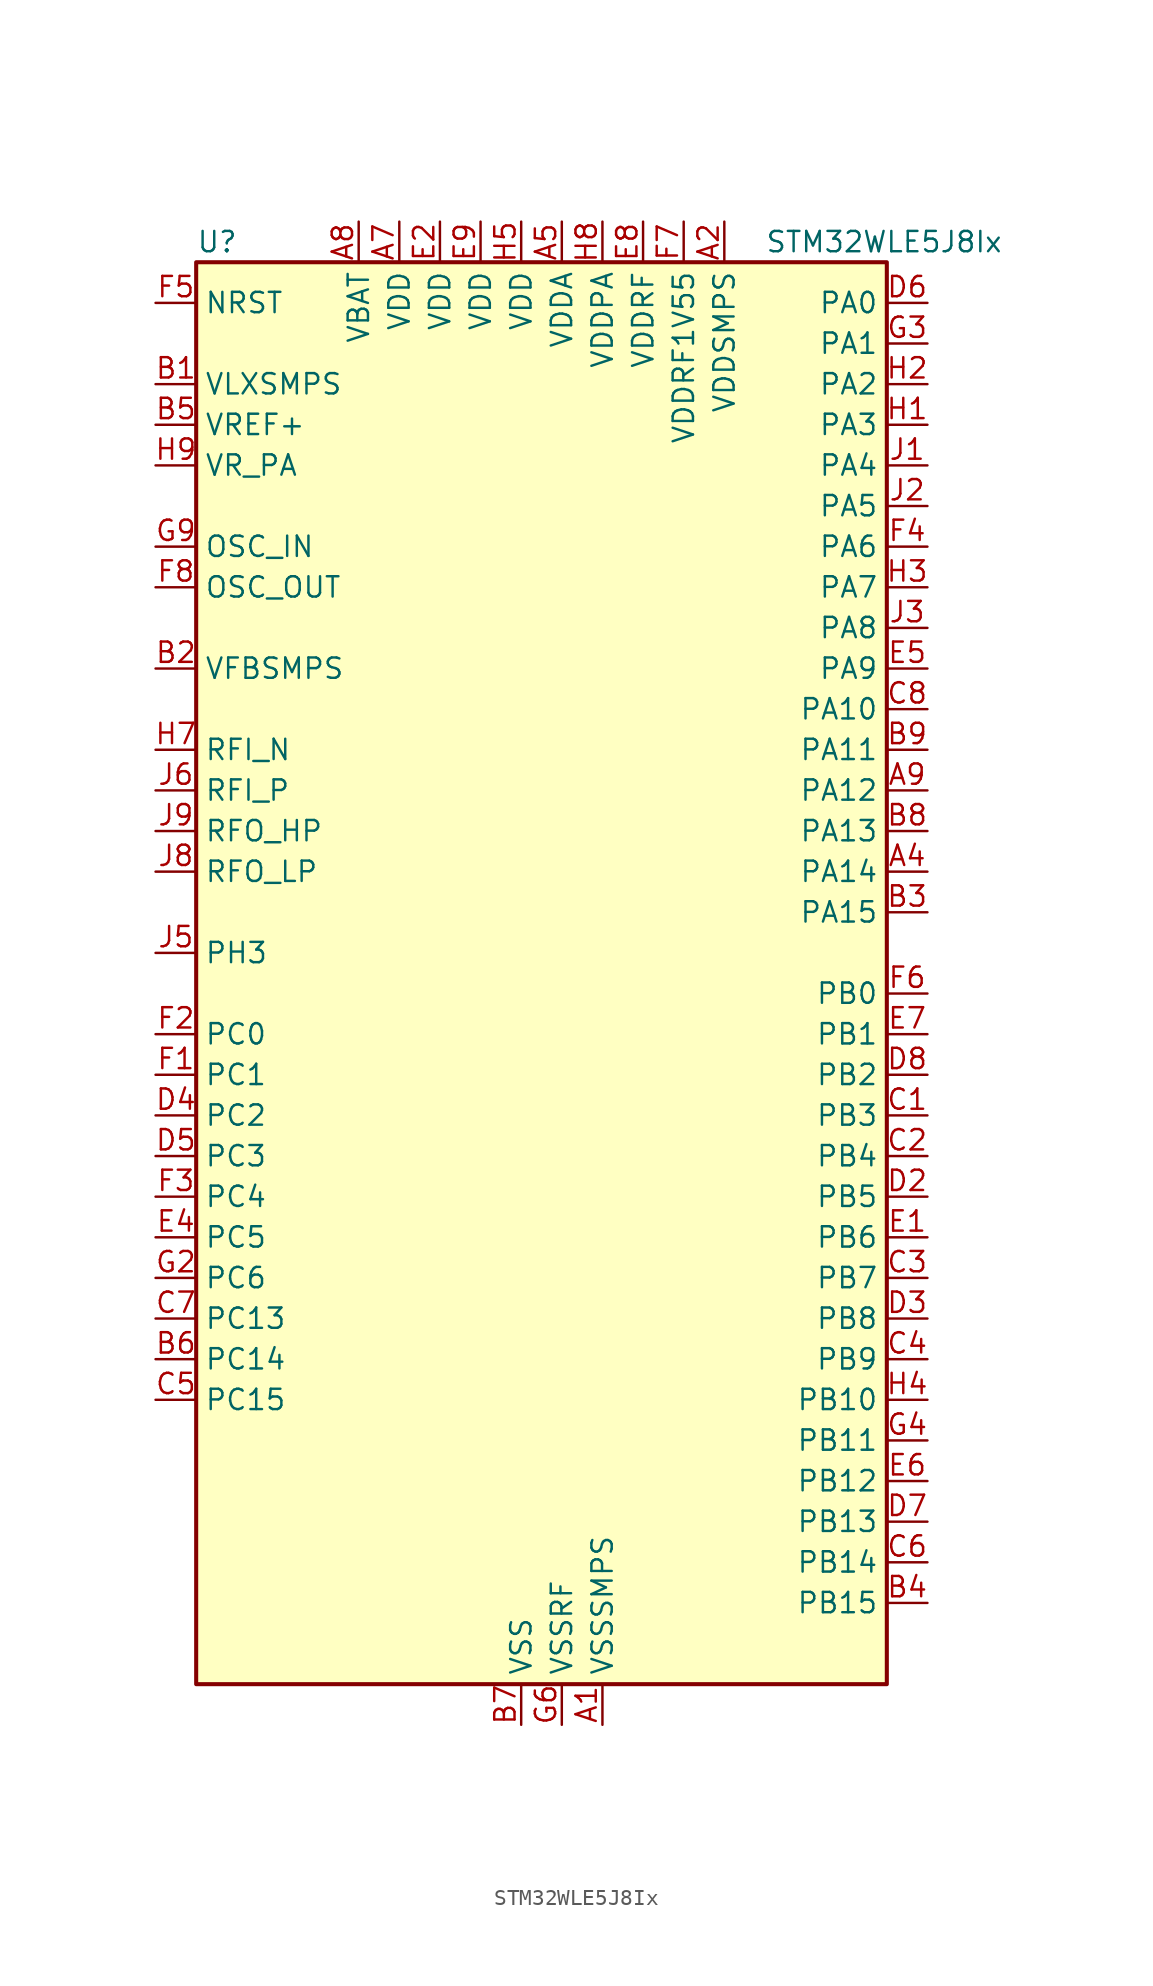
<source format=kicad_sym>
(kicad_symbol_lib
  (version 20220914)
  (generator kicad_symbol_editor)
  (symbol "STM32WLE5J8Ix"
    (property "Reference" "U"
      (at -20.32 46.99 0)
      (effects (font (size 1.27 1.27)) (justify left)))
    (property "Value" "STM32WLE5J8Ix"
      (at 15.24 46.99 0)
      (effects (font (size 1.27 1.27)) (justify left)))
    (property "ki_locked" ""
      (at 0 0 0)
      (effects (font (size 1.27 1.27))))
    (symbol "STM32WLE5J8Ix_0_1"
      (rectangle (start -20.32 -43.18) (end 22.86 45.72) (stroke (width 0.254) (type default)) (fill (type background))))
    (symbol "STM32WLE5J8Ix_1_1"
      (pin power_in line (at 5.08 -45.72 90) (length 2.54) (name "VSSSMPS" (effects (font (size 1.27 1.27)))) (number "A1" (effects (font (size 1.27 1.27)))))
      (pin power_in line (at 12.7 48.26 270) (length 2.54) (name "VDDSMPS" (effects (font (size 1.27 1.27)))) (number "A2" (effects (font (size 1.27 1.27)))))
      (pin bidirectional line (at 25.4 7.62 180) (length 2.54) (name "PA14" (effects (font (size 1.27 1.27)))) (number "A4" (effects (font (size 1.27 1.27)))) (alternate "ADC_IN10" bidirectional line) (alternate "DEBUG_JTCK-SWCLK" bidirectional line) (alternate "I2C1_SMBA" bidirectional line) (alternate "LPTIM1_OUT" bidirectional line))
      (pin power_in line (at 2.54 48.26 270) (length 2.54) (name "VDDA" (effects (font (size 1.27 1.27)))) (number "A5" (effects (font (size 1.27 1.27)))))
      (pin power_in line (at -7.62 48.26 270) (length 2.54) (name "VDD" (effects (font (size 1.27 1.27)))) (number "A7" (effects (font (size 1.27 1.27)))))
      (pin power_in line (at -10.16 48.26 270) (length 2.54) (name "VBAT" (effects (font (size 1.27 1.27)))) (number "A8" (effects (font (size 1.27 1.27)))))
      (pin bidirectional line (at 25.4 12.7 180) (length 2.54) (name "PA12" (effects (font (size 1.27 1.27)))) (number "A9" (effects (font (size 1.27 1.27)))) (alternate "ADC_IN8" bidirectional line) (alternate "DEBUG_RF-BUSY" bidirectional line) (alternate "I2C2_SCL" bidirectional line) (alternate "LPTIM3_IN1" bidirectional line) (alternate "SPI1_MOSI" bidirectional line) (alternate "TIM1_ETR" bidirectional line) (alternate "USART1_DE" bidirectional line) (alternate "USART1_RTS" bidirectional line))
      (pin power_in line (at -22.86 38.1 0) (length 2.54) (name "VLXSMPS" (effects (font (size 1.27 1.27)))) (number "B1" (effects (font (size 1.27 1.27)))))
      (pin input line (at -22.86 20.32 0) (length 2.54) (name "VFBSMPS" (effects (font (size 1.27 1.27)))) (number "B2" (effects (font (size 1.27 1.27)))))
      (pin bidirectional line (at 25.4 5.08 180) (length 2.54) (name "PA15" (effects (font (size 1.27 1.27)))) (number "B3" (effects (font (size 1.27 1.27)))) (alternate "ADC_IN11" bidirectional line) (alternate "COMP1_INM" bidirectional line) (alternate "COMP2_INP" bidirectional line) (alternate "DEBUG_JTDI" bidirectional line) (alternate "I2C2_SDA" bidirectional line) (alternate "SPI1_NSS" bidirectional line) (alternate "TIM2_CH1" bidirectional line) (alternate "TIM2_ETR" bidirectional line))
      (pin bidirectional line (at 25.4 -38.1 180) (length 2.54) (name "PB15" (effects (font (size 1.27 1.27)))) (number "B4" (effects (font (size 1.27 1.27)))) (alternate "I2C2_SCL" bidirectional line) (alternate "I2S2_SD" bidirectional line) (alternate "SPI2_MOSI" bidirectional line) (alternate "TIM1_CH3N" bidirectional line))
      (pin input line (at -22.86 35.56 0) (length 2.54) (name "VREF+" (effects (font (size 1.27 1.27)))) (number "B5" (effects (font (size 1.27 1.27)))) (alternate "VREFBUF_OUT" bidirectional line))
      (pin bidirectional line (at -22.86 -22.86 0) (length 2.54) (name "PC14" (effects (font (size 1.27 1.27)))) (number "B6" (effects (font (size 1.27 1.27)))) (alternate "RCC_OSC32_IN" bidirectional line))
      (pin power_in line (at 0 -45.72 90) (length 2.54) (name "VSS" (effects (font (size 1.27 1.27)))) (number "B7" (effects (font (size 1.27 1.27)))))
      (pin bidirectional line (at 25.4 10.16 180) (length 2.54) (name "PA13" (effects (font (size 1.27 1.27)))) (number "B8" (effects (font (size 1.27 1.27)))) (alternate "ADC_IN9" bidirectional line) (alternate "DEBUG_JTMS-SWDIO" bidirectional line) (alternate "I2C2_SMBA" bidirectional line) (alternate "IR_OUT" bidirectional line))
      (pin bidirectional line (at 25.4 15.24 180) (length 2.54) (name "PA11" (effects (font (size 1.27 1.27)))) (number "B9" (effects (font (size 1.27 1.27)))) (alternate "ADC_EXTI11" bidirectional line) (alternate "ADC_IN7" bidirectional line) (alternate "COMP1_INM" bidirectional line) (alternate "COMP2_INM" bidirectional line) (alternate "DEBUG_RF-NRESET" bidirectional line) (alternate "I2C2_SDA" bidirectional line) (alternate "LPTIM3_ETR" bidirectional line) (alternate "SPI1_MISO" bidirectional line) (alternate "TIM1_BKIN2" bidirectional line) (alternate "TIM1_CH4" bidirectional line) (alternate "USART1_CTS" bidirectional line) (alternate "USART1_NSS" bidirectional line))
      (pin bidirectional line (at 25.4 -7.62 180) (length 2.54) (name "PB3" (effects (font (size 1.27 1.27)))) (number "C1" (effects (font (size 1.27 1.27)))) (alternate "ADC_IN2" bidirectional line) (alternate "COMP1_INM" bidirectional line) (alternate "COMP2_INM" bidirectional line) (alternate "DEBUG_JTDO-SWO" bidirectional line) (alternate "DEBUG_RF-DTB1" bidirectional line) (alternate "PWR_WKUP3" bidirectional line) (alternate "RTC_TAMP_IN3" bidirectional line) (alternate "SPI1_SCK" bidirectional line) (alternate "TIM2_CH2" bidirectional line) (alternate "USART1_DE" bidirectional line) (alternate "USART1_RTS" bidirectional line))
      (pin bidirectional line (at 25.4 -10.16 180) (length 2.54) (name "PB4" (effects (font (size 1.27 1.27)))) (number "C2" (effects (font (size 1.27 1.27)))) (alternate "ADC_IN3" bidirectional line) (alternate "COMP1_INP" bidirectional line) (alternate "COMP2_INP" bidirectional line) (alternate "DEBUG_JTRST" bidirectional line) (alternate "DEBUG_RF-LDORDY" bidirectional line) (alternate "I2C3_SDA" bidirectional line) (alternate "SPI1_MISO" bidirectional line) (alternate "TIM17_BKIN" bidirectional line) (alternate "USART1_CTS" bidirectional line) (alternate "USART1_NSS" bidirectional line))
      (pin bidirectional line (at 25.4 -17.78 180) (length 2.54) (name "PB7" (effects (font (size 1.27 1.27)))) (number "C3" (effects (font (size 1.27 1.27)))) (alternate "I2C1_SDA" bidirectional line) (alternate "LPTIM1_IN2" bidirectional line) (alternate "PWR_PVD_IN" bidirectional line) (alternate "TIM17_CH1N" bidirectional line) (alternate "TIM1_BKIN" bidirectional line) (alternate "USART1_RX" bidirectional line))
      (pin bidirectional line (at 25.4 -22.86 180) (length 2.54) (name "PB9" (effects (font (size 1.27 1.27)))) (number "C4" (effects (font (size 1.27 1.27)))) (alternate "DAC_EXTI9" bidirectional line) (alternate "I2C1_SDA" bidirectional line) (alternate "I2S2_WS" bidirectional line) (alternate "IR_OUT" bidirectional line) (alternate "SPI2_NSS" bidirectional line) (alternate "TIM17_CH1" bidirectional line) (alternate "TIM1_CH3N" bidirectional line))
      (pin bidirectional line (at -22.86 -25.4 0) (length 2.54) (name "PC15" (effects (font (size 1.27 1.27)))) (number "C5" (effects (font (size 1.27 1.27)))) (alternate "RCC_OSC32_OUT" bidirectional line))
      (pin bidirectional line (at 25.4 -35.56 180) (length 2.54) (name "PB14" (effects (font (size 1.27 1.27)))) (number "C6" (effects (font (size 1.27 1.27)))) (alternate "ADC_IN1" bidirectional line) (alternate "I2C3_SDA" bidirectional line) (alternate "I2S2_MCK" bidirectional line) (alternate "SPI2_MISO" bidirectional line) (alternate "TIM1_CH2N" bidirectional line))
      (pin bidirectional line (at -22.86 -20.32 0) (length 2.54) (name "PC13" (effects (font (size 1.27 1.27)))) (number "C7" (effects (font (size 1.27 1.27)))) (alternate "PWR_WKUP2" bidirectional line) (alternate "RTC_OUT1" bidirectional line) (alternate "RTC_TAMP_IN1" bidirectional line) (alternate "RTC_TS" bidirectional line))
      (pin bidirectional line (at 25.4 17.78 180) (length 2.54) (name "PA10" (effects (font (size 1.27 1.27)))) (number "C8" (effects (font (size 1.27 1.27)))) (alternate "ADC_IN6" bidirectional line) (alternate "COMP1_INM" bidirectional line) (alternate "COMP2_INM" bidirectional line) (alternate "DAC_OUT1" bidirectional line) (alternate "DEBUG_RF-HSE32RDY" bidirectional line) (alternate "I2C1_SDA" bidirectional line) (alternate "I2S2_SD" bidirectional line) (alternate "RTC_REFIN" bidirectional line) (alternate "SPI2_MOSI" bidirectional line) (alternate "TIM17_BKIN" bidirectional line) (alternate "TIM1_CH3" bidirectional line) (alternate "USART1_RX" bidirectional line))
      (pin bidirectional line (at 25.4 -12.7 180) (length 2.54) (name "PB5" (effects (font (size 1.27 1.27)))) (number "D2" (effects (font (size 1.27 1.27)))) (alternate "COMP2_OUT" bidirectional line) (alternate "I2C1_SMBA" bidirectional line) (alternate "LPTIM1_IN1" bidirectional line) (alternate "SPI1_MOSI" bidirectional line) (alternate "TIM16_BKIN" bidirectional line) (alternate "USART1_CK" bidirectional line))
      (pin bidirectional line (at 25.4 -20.32 180) (length 2.54) (name "PB8" (effects (font (size 1.27 1.27)))) (number "D3" (effects (font (size 1.27 1.27)))) (alternate "I2C1_SCL" bidirectional line) (alternate "TIM16_CH1" bidirectional line) (alternate "TIM1_CH2N" bidirectional line))
      (pin bidirectional line (at -22.86 -7.62 0) (length 2.54) (name "PC2" (effects (font (size 1.27 1.27)))) (number "D4" (effects (font (size 1.27 1.27)))) (alternate "LPTIM1_IN2" bidirectional line) (alternate "SPI2_MISO" bidirectional line))
      (pin bidirectional line (at -22.86 -10.16 0) (length 2.54) (name "PC3" (effects (font (size 1.27 1.27)))) (number "D5" (effects (font (size 1.27 1.27)))) (alternate "I2S2_SD" bidirectional line) (alternate "LPTIM1_ETR" bidirectional line) (alternate "LPTIM2_ETR" bidirectional line) (alternate "SPI2_MOSI" bidirectional line))
      (pin bidirectional line (at 25.4 43.18 180) (length 2.54) (name "PA0" (effects (font (size 1.27 1.27)))) (number "D6" (effects (font (size 1.27 1.27)))) (alternate "COMP1_OUT" bidirectional line) (alternate "DEBUG_PWR-REGLP1S" bidirectional line) (alternate "I2C3_SMBA" bidirectional line) (alternate "I2S_CKIN" bidirectional line) (alternate "PWR_WKUP1" bidirectional line) (alternate "RTC_TAMP_IN2" bidirectional line) (alternate "TIM2_CH1" bidirectional line) (alternate "TIM2_ETR" bidirectional line) (alternate "USART2_CTS" bidirectional line) (alternate "USART2_NSS" bidirectional line))
      (pin bidirectional line (at 25.4 -33.02 180) (length 2.54) (name "PB13" (effects (font (size 1.27 1.27)))) (number "D7" (effects (font (size 1.27 1.27)))) (alternate "ADC_IN0" bidirectional line) (alternate "I2C3_SCL" bidirectional line) (alternate "I2S2_CK" bidirectional line) (alternate "LPUART1_CTS" bidirectional line) (alternate "SPI2_SCK" bidirectional line) (alternate "TIM1_CH1N" bidirectional line))
      (pin bidirectional line (at 25.4 -5.08 180) (length 2.54) (name "PB2" (effects (font (size 1.27 1.27)))) (number "D8" (effects (font (size 1.27 1.27)))) (alternate "ADC_IN4" bidirectional line) (alternate "COMP1_INP" bidirectional line) (alternate "COMP2_INM" bidirectional line) (alternate "DEBUG_RF-SMPSRDY" bidirectional line) (alternate "I2C3_SMBA" bidirectional line) (alternate "LPTIM1_OUT" bidirectional line) (alternate "SPI1_NSS" bidirectional line))
      (pin passive line (at 0 -45.72 90) (length 2.54) hide (name "VSS" (effects (font (size 1.27 1.27)))) (number "D9" (effects (font (size 1.27 1.27)))))
      (pin bidirectional line (at 25.4 -15.24 180) (length 2.54) (name "PB6" (effects (font (size 1.27 1.27)))) (number "E1" (effects (font (size 1.27 1.27)))) (alternate "I2C1_SCL" bidirectional line) (alternate "LPTIM1_ETR" bidirectional line) (alternate "TIM16_CH1N" bidirectional line) (alternate "USART1_TX" bidirectional line))
      (pin power_in line (at -5.08 48.26 270) (length 2.54) (name "VDD" (effects (font (size 1.27 1.27)))) (number "E2" (effects (font (size 1.27 1.27)))))
      (pin passive line (at 0 -45.72 90) (length 2.54) hide (name "VSS" (effects (font (size 1.27 1.27)))) (number "E3" (effects (font (size 1.27 1.27)))))
      (pin bidirectional line (at -22.86 -15.24 0) (length 2.54) (name "PC5" (effects (font (size 1.27 1.27)))) (number "E4" (effects (font (size 1.27 1.27)))))
      (pin bidirectional line (at 25.4 20.32 180) (length 2.54) (name "PA9" (effects (font (size 1.27 1.27)))) (number "E5" (effects (font (size 1.27 1.27)))) (alternate "DAC_EXTI9" bidirectional line) (alternate "I2C1_SCL" bidirectional line) (alternate "I2S2_CK" bidirectional line) (alternate "I2S2_WS" bidirectional line) (alternate "SPI2_NSS" bidirectional line) (alternate "SPI2_SCK" bidirectional line) (alternate "TIM1_CH2" bidirectional line) (alternate "USART1_TX" bidirectional line))
      (pin bidirectional line (at 25.4 -30.48 180) (length 2.54) (name "PB12" (effects (font (size 1.27 1.27)))) (number "E6" (effects (font (size 1.27 1.27)))) (alternate "I2C3_SMBA" bidirectional line) (alternate "I2S2_WS" bidirectional line) (alternate "LPUART1_RTS" bidirectional line) (alternate "SPI2_NSS" bidirectional line) (alternate "TIM1_BKIN" bidirectional line))
      (pin bidirectional line (at 25.4 -2.54 180) (length 2.54) (name "PB1" (effects (font (size 1.27 1.27)))) (number "E7" (effects (font (size 1.27 1.27)))) (alternate "ADC_IN5" bidirectional line) (alternate "COMP2_INP" bidirectional line) (alternate "LPTIM2_IN1" bidirectional line) (alternate "LPUART1_DE" bidirectional line) (alternate "LPUART1_RTS" bidirectional line))
      (pin power_in line (at 7.62 48.26 270) (length 2.54) (name "VDDRF" (effects (font (size 1.27 1.27)))) (number "E8" (effects (font (size 1.27 1.27)))))
      (pin power_in line (at -2.54 48.26 270) (length 2.54) (name "VDD" (effects (font (size 1.27 1.27)))) (number "E9" (effects (font (size 1.27 1.27)))))
      (pin bidirectional line (at -22.86 -5.08 0) (length 2.54) (name "PC1" (effects (font (size 1.27 1.27)))) (number "F1" (effects (font (size 1.27 1.27)))) (alternate "I2C3_SDA" bidirectional line) (alternate "I2S2_SD" bidirectional line) (alternate "LPTIM1_OUT" bidirectional line) (alternate "LPUART1_TX" bidirectional line) (alternate "SPI2_MOSI" bidirectional line))
      (pin bidirectional line (at -22.86 -2.54 0) (length 2.54) (name "PC0" (effects (font (size 1.27 1.27)))) (number "F2" (effects (font (size 1.27 1.27)))) (alternate "I2C3_SCL" bidirectional line) (alternate "LPTIM1_IN1" bidirectional line) (alternate "LPTIM2_IN1" bidirectional line) (alternate "LPUART1_RX" bidirectional line))
      (pin bidirectional line (at -22.86 -12.7 0) (length 2.54) (name "PC4" (effects (font (size 1.27 1.27)))) (number "F3" (effects (font (size 1.27 1.27)))))
      (pin bidirectional line (at 25.4 27.94 180) (length 2.54) (name "PA6" (effects (font (size 1.27 1.27)))) (number "F4" (effects (font (size 1.27 1.27)))) (alternate "DEBUG_SUBGHZSPI-MISOOUT" bidirectional line) (alternate "I2C2_SMBA" bidirectional line) (alternate "LPUART1_CTS" bidirectional line) (alternate "SPI1_MISO" bidirectional line) (alternate "TIM16_CH1" bidirectional line) (alternate "TIM1_BKIN" bidirectional line))
      (pin input line (at -22.86 43.18 0) (length 2.54) (name "NRST" (effects (font (size 1.27 1.27)))) (number "F5" (effects (font (size 1.27 1.27)))))
      (pin bidirectional line (at 25.4 0 180) (length 2.54) (name "PB0" (effects (font (size 1.27 1.27)))) (number "F6" (effects (font (size 1.27 1.27)))) (alternate "COMP1_OUT" bidirectional line) (alternate "VDDTCXO" bidirectional line))
      (pin power_in line (at 10.16 48.26 270) (length 2.54) (name "VDDRF1V55" (effects (font (size 1.27 1.27)))) (number "F7" (effects (font (size 1.27 1.27)))))
      (pin input line (at -22.86 25.4 0) (length 2.54) (name "OSC_OUT" (effects (font (size 1.27 1.27)))) (number "F8" (effects (font (size 1.27 1.27)))) (alternate "RCC_OSC_OUT" bidirectional line))
      (pin bidirectional line (at -22.86 -17.78 0) (length 2.54) (name "PC6" (effects (font (size 1.27 1.27)))) (number "G2" (effects (font (size 1.27 1.27)))) (alternate "I2S2_MCK" bidirectional line))
      (pin bidirectional line (at 25.4 40.64 180) (length 2.54) (name "PA1" (effects (font (size 1.27 1.27)))) (number "G3" (effects (font (size 1.27 1.27)))) (alternate "DEBUG_PWR-REGLP2S" bidirectional line) (alternate "I2C1_SMBA" bidirectional line) (alternate "LPTIM3_OUT" bidirectional line) (alternate "LPUART1_RTS" bidirectional line) (alternate "SPI1_SCK" bidirectional line) (alternate "TIM2_CH2" bidirectional line) (alternate "USART2_DE" bidirectional line) (alternate "USART2_RTS" bidirectional line))
      (pin bidirectional line (at 25.4 -27.94 180) (length 2.54) (name "PB11" (effects (font (size 1.27 1.27)))) (number "G4" (effects (font (size 1.27 1.27)))) (alternate "ADC_EXTI11" bidirectional line) (alternate "COMP2_OUT" bidirectional line) (alternate "I2C3_SDA" bidirectional line) (alternate "LPUART1_TX" bidirectional line) (alternate "TIM2_CH4" bidirectional line))
      (pin passive line (at 0 -45.72 90) (length 2.54) hide (name "VSS" (effects (font (size 1.27 1.27)))) (number "G5" (effects (font (size 1.27 1.27)))))
      (pin power_in line (at 2.54 -45.72 90) (length 2.54) (name "VSSRF" (effects (font (size 1.27 1.27)))) (number "G6" (effects (font (size 1.27 1.27)))))
      (pin passive line (at 2.54 -45.72 90) (length 2.54) hide (name "VSSRF" (effects (font (size 1.27 1.27)))) (number "G7" (effects (font (size 1.27 1.27)))))
      (pin passive line (at 2.54 -45.72 90) (length 2.54) hide (name "VSSRF" (effects (font (size 1.27 1.27)))) (number "G8" (effects (font (size 1.27 1.27)))))
      (pin input line (at -22.86 27.94 0) (length 2.54) (name "OSC_IN" (effects (font (size 1.27 1.27)))) (number "G9" (effects (font (size 1.27 1.27)))) (alternate "RCC_OSC_IN" bidirectional line))
      (pin bidirectional line (at 25.4 35.56 180) (length 2.54) (name "PA3" (effects (font (size 1.27 1.27)))) (number "H1" (effects (font (size 1.27 1.27)))) (alternate "I2S2_MCK" bidirectional line) (alternate "LPUART1_RX" bidirectional line) (alternate "TIM2_CH4" bidirectional line) (alternate "USART2_RX" bidirectional line))
      (pin bidirectional line (at 25.4 38.1 180) (length 2.54) (name "PA2" (effects (font (size 1.27 1.27)))) (number "H2" (effects (font (size 1.27 1.27)))) (alternate "COMP2_OUT" bidirectional line) (alternate "DEBUG_PWR-LDORDY" bidirectional line) (alternate "LPUART1_TX" bidirectional line) (alternate "RCC_LSCO" bidirectional line) (alternate "TIM2_CH3" bidirectional line) (alternate "USART2_TX" bidirectional line))
      (pin bidirectional line (at 25.4 25.4 180) (length 2.54) (name "PA7" (effects (font (size 1.27 1.27)))) (number "H3" (effects (font (size 1.27 1.27)))) (alternate "COMP2_OUT" bidirectional line) (alternate "DEBUG_SUBGHZSPI-MOSIOUT" bidirectional line) (alternate "I2C3_SCL" bidirectional line) (alternate "SPI1_MOSI" bidirectional line) (alternate "TIM17_CH1" bidirectional line) (alternate "TIM1_CH1N" bidirectional line))
      (pin bidirectional line (at 25.4 -25.4 180) (length 2.54) (name "PB10" (effects (font (size 1.27 1.27)))) (number "H4" (effects (font (size 1.27 1.27)))) (alternate "COMP1_OUT" bidirectional line) (alternate "I2C3_SCL" bidirectional line) (alternate "I2S2_CK" bidirectional line) (alternate "LPUART1_RX" bidirectional line) (alternate "SPI2_SCK" bidirectional line) (alternate "TIM2_CH3" bidirectional line))
      (pin power_in line (at 0 48.26 270) (length 2.54) (name "VDD" (effects (font (size 1.27 1.27)))) (number "H5" (effects (font (size 1.27 1.27)))))
      (pin passive line (at 2.54 -45.72 90) (length 2.54) hide (name "VSSRF" (effects (font (size 1.27 1.27)))) (number "H6" (effects (font (size 1.27 1.27)))))
      (pin bidirectional line (at -22.86 15.24 0) (length 2.54) (name "RFI_N" (effects (font (size 1.27 1.27)))) (number "H7" (effects (font (size 1.27 1.27)))))
      (pin power_in line (at 5.08 48.26 270) (length 2.54) (name "VDDPA" (effects (font (size 1.27 1.27)))) (number "H8" (effects (font (size 1.27 1.27)))))
      (pin power_in line (at -22.86 33.02 0) (length 2.54) (name "VR_PA" (effects (font (size 1.27 1.27)))) (number "H9" (effects (font (size 1.27 1.27)))))
      (pin bidirectional line (at 25.4 33.02 180) (length 2.54) (name "PA4" (effects (font (size 1.27 1.27)))) (number "J1" (effects (font (size 1.27 1.27)))) (alternate "DEBUG_SUBGHZSPI-NSSOUT" bidirectional line) (alternate "LPTIM1_OUT" bidirectional line) (alternate "LPTIM2_OUT" bidirectional line) (alternate "RTC_OUT2" bidirectional line) (alternate "SPI1_NSS" bidirectional line) (alternate "USART2_CK" bidirectional line))
      (pin bidirectional line (at 25.4 30.48 180) (length 2.54) (name "PA5" (effects (font (size 1.27 1.27)))) (number "J2" (effects (font (size 1.27 1.27)))) (alternate "DEBUG_SUBGHZSPI-SCKOUT" bidirectional line) (alternate "LPTIM2_ETR" bidirectional line) (alternate "SPI1_SCK" bidirectional line) (alternate "SPI2_MISO" bidirectional line) (alternate "TIM2_CH1" bidirectional line) (alternate "TIM2_ETR" bidirectional line))
      (pin bidirectional line (at 25.4 22.86 180) (length 2.54) (name "PA8" (effects (font (size 1.27 1.27)))) (number "J3" (effects (font (size 1.27 1.27)))) (alternate "I2S2_CK" bidirectional line) (alternate "LPTIM2_OUT" bidirectional line) (alternate "RCC_MCO" bidirectional line) (alternate "SPI2_SCK" bidirectional line) (alternate "TIM1_CH1" bidirectional line) (alternate "USART1_CK" bidirectional line))
      (pin bidirectional line (at -22.86 2.54 0) (length 2.54) (name "PH3" (effects (font (size 1.27 1.27)))) (number "J5" (effects (font (size 1.27 1.27)))))
      (pin bidirectional line (at -22.86 12.7 0) (length 2.54) (name "RFI_P" (effects (font (size 1.27 1.27)))) (number "J6" (effects (font (size 1.27 1.27)))))
      (pin bidirectional line (at -22.86 7.62 0) (length 2.54) (name "RFO_LP" (effects (font (size 1.27 1.27)))) (number "J8" (effects (font (size 1.27 1.27)))))
      (pin bidirectional line (at -22.86 10.16 0) (length 2.54) (name "RFO_HP" (effects (font (size 1.27 1.27)))) (number "J9" (effects (font (size 1.27 1.27))))))))
</source>
